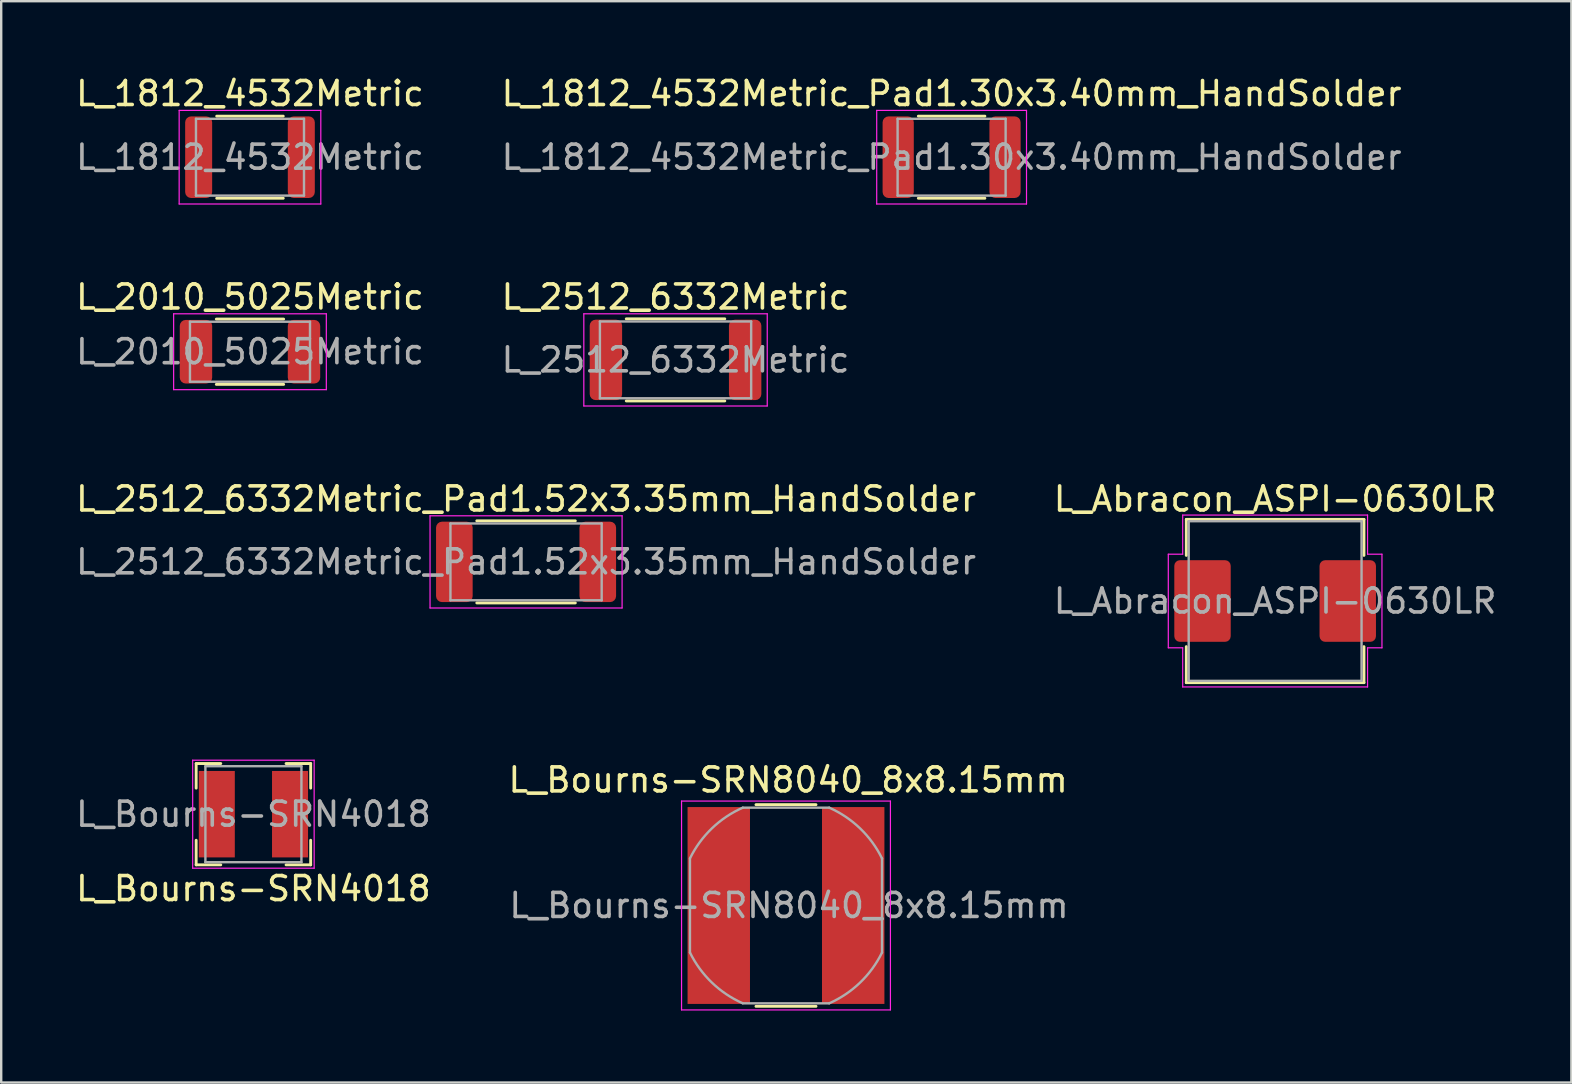
<source format=kicad_pcb>
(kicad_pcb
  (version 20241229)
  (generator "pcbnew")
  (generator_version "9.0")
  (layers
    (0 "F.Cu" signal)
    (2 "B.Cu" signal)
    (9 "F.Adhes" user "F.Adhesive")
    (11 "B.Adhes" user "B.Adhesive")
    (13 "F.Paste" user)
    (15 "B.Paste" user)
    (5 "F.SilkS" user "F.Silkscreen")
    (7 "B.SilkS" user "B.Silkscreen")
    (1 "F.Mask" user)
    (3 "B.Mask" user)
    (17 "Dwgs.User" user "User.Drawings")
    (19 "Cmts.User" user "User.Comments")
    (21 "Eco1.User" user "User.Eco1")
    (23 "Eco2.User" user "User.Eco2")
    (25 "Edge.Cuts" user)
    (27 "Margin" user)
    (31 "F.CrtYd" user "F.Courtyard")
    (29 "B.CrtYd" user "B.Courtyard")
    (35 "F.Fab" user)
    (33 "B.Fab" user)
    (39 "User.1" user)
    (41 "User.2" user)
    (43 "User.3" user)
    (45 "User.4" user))
  (footprint "L_1812_4532Metric"
    (layer "F.Cu")
    (at 7.363 3.498)
    (property "Reference" "L_1812_4532Metric" (at 0 -2.65 0) (layer "F.SilkS") (effects (font (size 1 1) (thickness 0.15))))
    (attr smd)
    (fp_line (start -1.386 -1.71) (end 1.386 -1.71) (stroke (width 0.12) (type solid)) (layer "F.SilkS"))
    (fp_line (start -1.386 1.71) (end 1.386 1.71) (stroke (width 0.12) (type solid)) (layer "F.SilkS"))
    (fp_line (start -2.95 -1.95) (end 2.95 -1.95) (stroke (width 0.05) (type solid)) (layer "F.CrtYd"))
    (fp_line (start -2.95 1.95) (end -2.95 -1.95) (stroke (width 0.05) (type solid)) (layer "F.CrtYd"))
    (fp_line (start 2.95 -1.95) (end 2.95 1.95) (stroke (width 0.05) (type solid)) (layer "F.CrtYd"))
    (fp_line (start 2.95 1.95) (end -2.95 1.95) (stroke (width 0.05) (type solid)) (layer "F.CrtYd"))
    (fp_line (start -2.25 -1.6) (end 2.25 -1.6) (stroke (width 0.1) (type solid)) (layer "F.Fab"))
    (fp_line (start -2.25 1.6) (end -2.25 -1.6) (stroke (width 0.1) (type solid)) (layer "F.Fab"))
    (fp_line (start 2.25 -1.6) (end 2.25 1.6) (stroke (width 0.1) (type solid)) (layer "F.Fab"))
    (fp_line (start 2.25 1.6) (end -2.25 1.6) (stroke (width 0.1) (type solid)) (layer "F.Fab"))
    (fp_text user "${REFERENCE}" (at 0 0 0) (layer "F.Fab") (effects (font (size 1 1) (thickness 0.15))))
    (pad "1" smd roundrect (at -2.138 0) (size 1.125 3.4) (layers "F.Cu" "F.Mask" "F.Paste") (roundrect_rratio 0.222))
    (pad "2" smd roundrect (at 2.138 0) (size 1.125 3.4) (layers "F.Cu" "F.Mask" "F.Paste") (roundrect_rratio 0.222)))
  (footprint "L_2512_6332Metric_Pad1.52x3.35mm_HandSolder"
    (layer "F.Cu")
    (at 18.863 20.355)
    (property "Reference" "L_2512_6332Metric_Pad1.52x3.35mm_HandSolder" (at 0 -2.62 0) (layer "F.SilkS") (effects (font (size 1 1) (thickness 0.15))))
    (attr smd)
    (fp_line (start -2.052 -1.71) (end 2.052 -1.71) (stroke (width 0.12) (type solid)) (layer "F.SilkS"))
    (fp_line (start -2.052 1.71) (end 2.052 1.71) (stroke (width 0.12) (type solid)) (layer "F.SilkS"))
    (fp_line (start -4 -1.92) (end 4 -1.92) (stroke (width 0.05) (type solid)) (layer "F.CrtYd"))
    (fp_line (start -4 1.92) (end -4 -1.92) (stroke (width 0.05) (type solid)) (layer "F.CrtYd"))
    (fp_line (start 4 -1.92) (end 4 1.92) (stroke (width 0.05) (type solid)) (layer "F.CrtYd"))
    (fp_line (start 4 1.92) (end -4 1.92) (stroke (width 0.05) (type solid)) (layer "F.CrtYd"))
    (fp_line (start -3.15 -1.6) (end 3.15 -1.6) (stroke (width 0.1) (type solid)) (layer "F.Fab"))
    (fp_line (start -3.15 1.6) (end -3.15 -1.6) (stroke (width 0.1) (type solid)) (layer "F.Fab"))
    (fp_line (start 3.15 -1.6) (end 3.15 1.6) (stroke (width 0.1) (type solid)) (layer "F.Fab"))
    (fp_line (start 3.15 1.6) (end -3.15 1.6) (stroke (width 0.1) (type solid)) (layer "F.Fab"))
    (fp_text user "${REFERENCE}" (at 0 0 0) (layer "F.Fab") (effects (font (size 1 1) (thickness 0.15))))
    (pad "1" smd roundrect (at -2.987 0) (size 1.525 3.35) (layers "F.Cu" "F.Mask" "F.Paste") (roundrect_rratio 0.164))
    (pad "2" smd roundrect (at 2.987 0) (size 1.525 3.35) (layers "F.Cu" "F.Mask" "F.Paste") (roundrect_rratio 0.164)))
  (footprint "L_Bourns-SRN4018"
    (layer "F.Cu")
    (at 7.506 30.865)
    (property "Reference" "L_Bourns-SRN4018" (at 0 3.1 0) (layer "F.SilkS") (effects (font (size 1 1) (thickness 0.15))))
    (attr smd)
    (fp_line (start -2.385 -2.11) (end -2.385 -1.085) (stroke (width 0.12) (type solid)) (layer "F.SilkS"))
    (fp_line (start -2.385 -2.11) (end -1.36 -2.11) (stroke (width 0.12) (type solid)) (layer "F.SilkS"))
    (fp_line (start -2.385 2.11) (end -2.385 1.085) (stroke (width 0.12) (type solid)) (layer "F.SilkS"))
    (fp_line (start -2.385 2.11) (end -1.36 2.11) (stroke (width 0.12) (type solid)) (layer "F.SilkS"))
    (fp_line (start 2.385 -2.11) (end 1.36 -2.11) (stroke (width 0.12) (type solid)) (layer "F.SilkS"))
    (fp_line (start 2.385 -2.11) (end 2.385 -1.085) (stroke (width 0.12) (type solid)) (layer "F.SilkS"))
    (fp_line (start 2.385 2.11) (end 1.36 2.11) (stroke (width 0.12) (type solid)) (layer "F.SilkS"))
    (fp_line (start 2.385 2.11) (end 2.385 1.085) (stroke (width 0.12) (type solid)) (layer "F.SilkS"))
    (fp_line (start -2.53 -2.25) (end -2.53 2.25) (stroke (width 0.05) (type solid)) (layer "F.CrtYd"))
    (fp_line (start -2.53 -2.25) (end 2.53 -2.25) (stroke (width 0.05) (type solid)) (layer "F.CrtYd"))
    (fp_line (start -2.53 2.25) (end 2.53 2.25) (stroke (width 0.05) (type solid)) (layer "F.CrtYd"))
    (fp_line (start 2.53 -2.25) (end 2.53 2.25) (stroke (width 0.05) (type solid)) (layer "F.CrtYd"))
    (fp_line (start -2 -2) (end -2 2) (stroke (width 0.1) (type solid)) (layer "F.Fab"))
    (fp_line (start -2 -2) (end 2 -2) (stroke (width 0.1) (type solid)) (layer "F.Fab"))
    (fp_line (start 2 -2) (end 2 2) (stroke (width 0.1) (type solid)) (layer "F.Fab"))
    (fp_line (start 2 2) (end -2 2) (stroke (width 0.1) (type solid)) (layer "F.Fab"))
    (fp_text user "${REFERENCE}" (at 0 0 0) (layer "F.Fab") (effects (font (size 1 1) (thickness 0.15))))
    (pad "1" smd rect (at -1.525 0) (size 1.5 3.6) (layers "F.Cu" "F.Mask" "F.Paste"))
    (pad "2" smd rect (at 1.525 0) (size 1.5 3.6) (layers "F.Cu" "F.Mask" "F.Paste")))
  (footprint "L_2512_6332Metric"
    (layer "F.Cu")
    (at 25.089 11.941)
    (property "Reference" "L_2512_6332Metric" (at 0 -2.62 0) (layer "F.SilkS") (effects (font (size 1 1) (thickness 0.15))))
    (attr smd)
    (fp_line (start -2.052 -1.71) (end 2.052 -1.71) (stroke (width 0.12) (type solid)) (layer "F.SilkS"))
    (fp_line (start -2.052 1.71) (end 2.052 1.71) (stroke (width 0.12) (type solid)) (layer "F.SilkS"))
    (fp_line (start -3.82 -1.92) (end 3.82 -1.92) (stroke (width 0.05) (type solid)) (layer "F.CrtYd"))
    (fp_line (start -3.82 1.92) (end -3.82 -1.92) (stroke (width 0.05) (type solid)) (layer "F.CrtYd"))
    (fp_line (start 3.82 -1.92) (end 3.82 1.92) (stroke (width 0.05) (type solid)) (layer "F.CrtYd"))
    (fp_line (start 3.82 1.92) (end -3.82 1.92) (stroke (width 0.05) (type solid)) (layer "F.CrtYd"))
    (fp_line (start -3.15 -1.6) (end 3.15 -1.6) (stroke (width 0.1) (type solid)) (layer "F.Fab"))
    (fp_line (start -3.15 1.6) (end -3.15 -1.6) (stroke (width 0.1) (type solid)) (layer "F.Fab"))
    (fp_line (start 3.15 -1.6) (end 3.15 1.6) (stroke (width 0.1) (type solid)) (layer "F.Fab"))
    (fp_line (start 3.15 1.6) (end -3.15 1.6) (stroke (width 0.1) (type solid)) (layer "F.Fab"))
    (fp_text user "${REFERENCE}" (at 0 0 0) (layer "F.Fab") (effects (font (size 1 1) (thickness 0.15))))
    (pad "1" smd roundrect (at -2.9 0) (size 1.35 3.35) (layers "F.Cu" "F.Mask" "F.Paste") (roundrect_rratio 0.185))
    (pad "2" smd roundrect (at 2.9 0) (size 1.35 3.35) (layers "F.Cu" "F.Mask" "F.Paste") (roundrect_rratio 0.185)))
  (footprint "L_2010_5025Metric"
    (layer "F.Cu")
    (at 7.363 11.601)
    (property "Reference" "L_2010_5025Metric" (at 0 -2.28 0) (layer "F.SilkS") (effects (font (size 1 1) (thickness 0.15))))
    (attr smd)
    (fp_line (start -1.402 -1.36) (end 1.402 -1.36) (stroke (width 0.12) (type solid)) (layer "F.SilkS"))
    (fp_line (start -1.402 1.36) (end 1.402 1.36) (stroke (width 0.12) (type solid)) (layer "F.SilkS"))
    (fp_line (start -3.18 -1.58) (end 3.18 -1.58) (stroke (width 0.05) (type solid)) (layer "F.CrtYd"))
    (fp_line (start -3.18 1.58) (end -3.18 -1.58) (stroke (width 0.05) (type solid)) (layer "F.CrtYd"))
    (fp_line (start 3.18 -1.58) (end 3.18 1.58) (stroke (width 0.05) (type solid)) (layer "F.CrtYd"))
    (fp_line (start 3.18 1.58) (end -3.18 1.58) (stroke (width 0.05) (type solid)) (layer "F.CrtYd"))
    (fp_line (start -2.5 -1.25) (end 2.5 -1.25) (stroke (width 0.1) (type solid)) (layer "F.Fab"))
    (fp_line (start -2.5 1.25) (end -2.5 -1.25) (stroke (width 0.1) (type solid)) (layer "F.Fab"))
    (fp_line (start 2.5 -1.25) (end 2.5 1.25) (stroke (width 0.1) (type solid)) (layer "F.Fab"))
    (fp_line (start 2.5 1.25) (end -2.5 1.25) (stroke (width 0.1) (type solid)) (layer "F.Fab"))
    (fp_text user "${REFERENCE}" (at 0 0 0) (layer "F.Fab") (effects (font (size 1 1) (thickness 0.15))))
    (pad "1" smd roundrect (at -2.25 0) (size 1.35 2.65) (layers "F.Cu" "F.Mask" "F.Paste") (roundrect_rratio 0.185))
    (pad "2" smd roundrect (at 2.25 0) (size 1.35 2.65) (layers "F.Cu" "F.Mask" "F.Paste") (roundrect_rratio 0.185)))
  (footprint "L_Abracon_ASPI-0630LR"
    (layer "F.Cu")
    (at 50.065 21.985)
    (property "Reference" "L_Abracon_ASPI-0630LR" (at 0 -4.25 0) (layer "F.SilkS") (effects (font (size 1 1) (thickness 0.15))))
    (attr smd)
    (fp_line (start -3.7 -3.4) (end -3.7 -1.9) (stroke (width 0.12) (type solid)) (layer "F.SilkS"))
    (fp_line (start -3.7 3.4) (end -3.7 1.9) (stroke (width 0.12) (type solid)) (layer "F.SilkS"))
    (fp_line (start -3.7 3.4) (end 3.7 3.4) (stroke (width 0.12) (type solid)) (layer "F.SilkS"))
    (fp_line (start 3.7 -3.4) (end -3.7 -3.4) (stroke (width 0.12) (type solid)) (layer "F.SilkS"))
    (fp_line (start 3.7 -3.4) (end 3.7 -1.9) (stroke (width 0.12) (type solid)) (layer "F.SilkS"))
    (fp_line (start 3.7 3.4) (end 3.7 1.9) (stroke (width 0.12) (type solid)) (layer "F.SilkS"))
    (fp_line (start -4.45 -1.95) (end -4.45 1.95) (stroke (width 0.05) (type solid)) (layer "F.CrtYd"))
    (fp_line (start -4.45 1.95) (end -3.85 1.95) (stroke (width 0.05) (type solid)) (layer "F.CrtYd"))
    (fp_line (start -3.85 -3.58) (end -3.85 -1.95) (stroke (width 0.05) (type solid)) (layer "F.CrtYd"))
    (fp_line (start -3.85 -1.95) (end -4.45 -1.95) (stroke (width 0.05) (type solid)) (layer "F.CrtYd"))
    (fp_line (start -3.85 1.95) (end -3.85 3.58) (stroke (width 0.05) (type solid)) (layer "F.CrtYd"))
    (fp_line (start -3.85 3.58) (end 3.85 3.58) (stroke (width 0.05) (type solid)) (layer "F.CrtYd"))
    (fp_line (start 3.85 -3.58) (end -3.85 -3.58) (stroke (width 0.05) (type solid)) (layer "F.CrtYd"))
    (fp_line (start 3.85 -1.95) (end 3.85 -3.58) (stroke (width 0.05) (type solid)) (layer "F.CrtYd"))
    (fp_line (start 3.85 1.95) (end 4.45 1.95) (stroke (width 0.05) (type solid)) (layer "F.CrtYd"))
    (fp_line (start 3.85 3.58) (end 3.85 1.95) (stroke (width 0.05) (type solid)) (layer "F.CrtYd"))
    (fp_line (start 4.45 -1.95) (end 3.85 -1.95) (stroke (width 0.05) (type solid)) (layer "F.CrtYd"))
    (fp_line (start 4.45 1.95) (end 4.45 -1.95) (stroke (width 0.05) (type solid)) (layer "F.CrtYd"))
    (fp_line (start -3.6 -3.325) (end 3.6 -3.325) (stroke (width 0.1) (type solid)) (layer "F.Fab"))
    (fp_line (start -3.6 3.325) (end -3.6 -3.325) (stroke (width 0.1) (type solid)) (layer "F.Fab"))
    (fp_line (start 3.6 -3.325) (end 3.6 3.325) (stroke (width 0.1) (type solid)) (layer "F.Fab"))
    (fp_line (start 3.6 3.325) (end -3.6 3.325) (stroke (width 0.1) (type solid)) (layer "F.Fab"))
    (fp_text user "${REFERENCE}" (at 0 0 0) (layer "F.Fab") (effects (font (size 1 1) (thickness 0.15))))
    (pad "1" smd roundrect (at -3.025 0) (size 2.35 3.4) (layers "F.Cu" "F.Mask" "F.Paste") (roundrect_rratio 0.1))
    (pad "2" smd roundrect (at 3.025 0) (size 2.35 3.4) (layers "F.Cu" "F.Mask" "F.Paste") (roundrect_rratio 0.1)))
  (footprint "L_Bourns-SRN8040_8x8.15mm"
    (layer "F.Cu")
    (at 29.69 34.668)
    (property "Reference" "L_Bourns-SRN8040_8x8.15mm" (at 0.09 -5.23 0) (layer "F.SilkS") (effects (font (size 1 1) (thickness 0.15))))
    (attr smd)
    (fp_line (start -1.25 4.2) (end 1.25 4.2) (stroke (width 0.12) (type solid)) (layer "F.SilkS"))
    (fp_line (start 1.25 -4.2) (end -1.25 -4.2) (stroke (width 0.12) (type solid)) (layer "F.SilkS"))
    (fp_line (start -4.35 -4.35) (end -4.35 4.35) (stroke (width 0.05) (type solid)) (layer "F.CrtYd"))
    (fp_line (start -4.35 -4.35) (end 4.35 -4.35) (stroke (width 0.05) (type solid)) (layer "F.CrtYd"))
    (fp_line (start -4.35 4.35) (end 4.35 4.35) (stroke (width 0.05) (type solid)) (layer "F.CrtYd"))
    (fp_line (start 4.35 -4.35) (end 4.35 4.35) (stroke (width 0.05) (type solid)) (layer "F.CrtYd"))
    (fp_line (start -4 -1.96) (end -4 1.96) (stroke (width 0.1) (type solid)) (layer "F.Fab"))
    (fp_line (start -1.8 -4.075) (end 1.8 -4.075) (stroke (width 0.1) (type solid)) (layer "F.Fab"))
    (fp_line (start 1.8 4.075) (end -1.8 4.075) (stroke (width 0.1) (type solid)) (layer "F.Fab"))
    (fp_line (start 4 -1.96) (end 4 1.96) (stroke (width 0.1) (type solid)) (layer "F.Fab"))
    (fp_arc (start -3.99824 -1.964613) (mid -3.085179 -3.213611) (end -1.8 -4.075) (stroke (width 0.1) (type solid)) (layer "F.Fab"))
    (fp_arc (start -1.804314 4.072598) (mid -3.088411 3.209878) (end -4 1.96) (stroke (width 0.1) (type solid)) (layer "F.Fab"))
    (fp_arc (start 1.799817 -4.074587) (mid 3.086639 -3.211582) (end 4 -1.96) (stroke (width 0.1) (type solid)) (layer "F.Fab"))
    (fp_arc (start 3.99824 1.964613) (mid 3.085179 3.213611) (end 1.8 4.075) (stroke (width 0.1) (type solid)) (layer "F.Fab"))
    (fp_text user "${REFERENCE}" (at 0.127 0 0) (layer "F.Fab") (effects (font (size 1 1) (thickness 0.15))))
    (pad "1" smd rect (at -2.8 0) (size 2.6 8.2) (layers "F.Cu" "F.Mask" "F.Paste"))
    (pad "2" smd rect (at 2.8 0) (size 2.6 8.2) (layers "F.Cu" "F.Mask" "F.Paste")))
  (footprint "L_1812_4532Metric_Pad1.30x3.40mm_HandSolder"
    (layer "F.Cu")
    (at 36.589 3.498)
    (property "Reference" "L_1812_4532Metric_Pad1.30x3.40mm_HandSolder" (at 0 -2.65 0) (layer "F.SilkS") (effects (font (size 1 1) (thickness 0.15))))
    (attr smd)
    (fp_line (start -1.386 -1.71) (end 1.386 -1.71) (stroke (width 0.12) (type solid)) (layer "F.SilkS"))
    (fp_line (start -1.386 1.71) (end 1.386 1.71) (stroke (width 0.12) (type solid)) (layer "F.SilkS"))
    (fp_line (start -3.12 -1.95) (end 3.12 -1.95) (stroke (width 0.05) (type solid)) (layer "F.CrtYd"))
    (fp_line (start -3.12 1.95) (end -3.12 -1.95) (stroke (width 0.05) (type solid)) (layer "F.CrtYd"))
    (fp_line (start 3.12 -1.95) (end 3.12 1.95) (stroke (width 0.05) (type solid)) (layer "F.CrtYd"))
    (fp_line (start 3.12 1.95) (end -3.12 1.95) (stroke (width 0.05) (type solid)) (layer "F.CrtYd"))
    (fp_line (start -2.25 -1.6) (end 2.25 -1.6) (stroke (width 0.1) (type solid)) (layer "F.Fab"))
    (fp_line (start -2.25 1.6) (end -2.25 -1.6) (stroke (width 0.1) (type solid)) (layer "F.Fab"))
    (fp_line (start 2.25 -1.6) (end 2.25 1.6) (stroke (width 0.1) (type solid)) (layer "F.Fab"))
    (fp_line (start 2.25 1.6) (end -2.25 1.6) (stroke (width 0.1) (type solid)) (layer "F.Fab"))
    (fp_text user "${REFERENCE}" (at 0 0 0) (layer "F.Fab") (effects (font (size 1 1) (thickness 0.15))))
    (pad "1" smd roundrect (at -2.225 0) (size 1.3 3.4) (layers "F.Cu" "F.Mask" "F.Paste") (roundrect_rratio 0.192))
    (pad "2" smd roundrect (at 2.225 0) (size 1.3 3.4) (layers "F.Cu" "F.Mask" "F.Paste") (roundrect_rratio 0.192)))
  (gr_rect
    (start -3 -3)
    (end 62.405 42.043)
    (stroke (width 0.1) (type default))
    (fill no)
    (layer "Edge.Cuts")))
</source>
